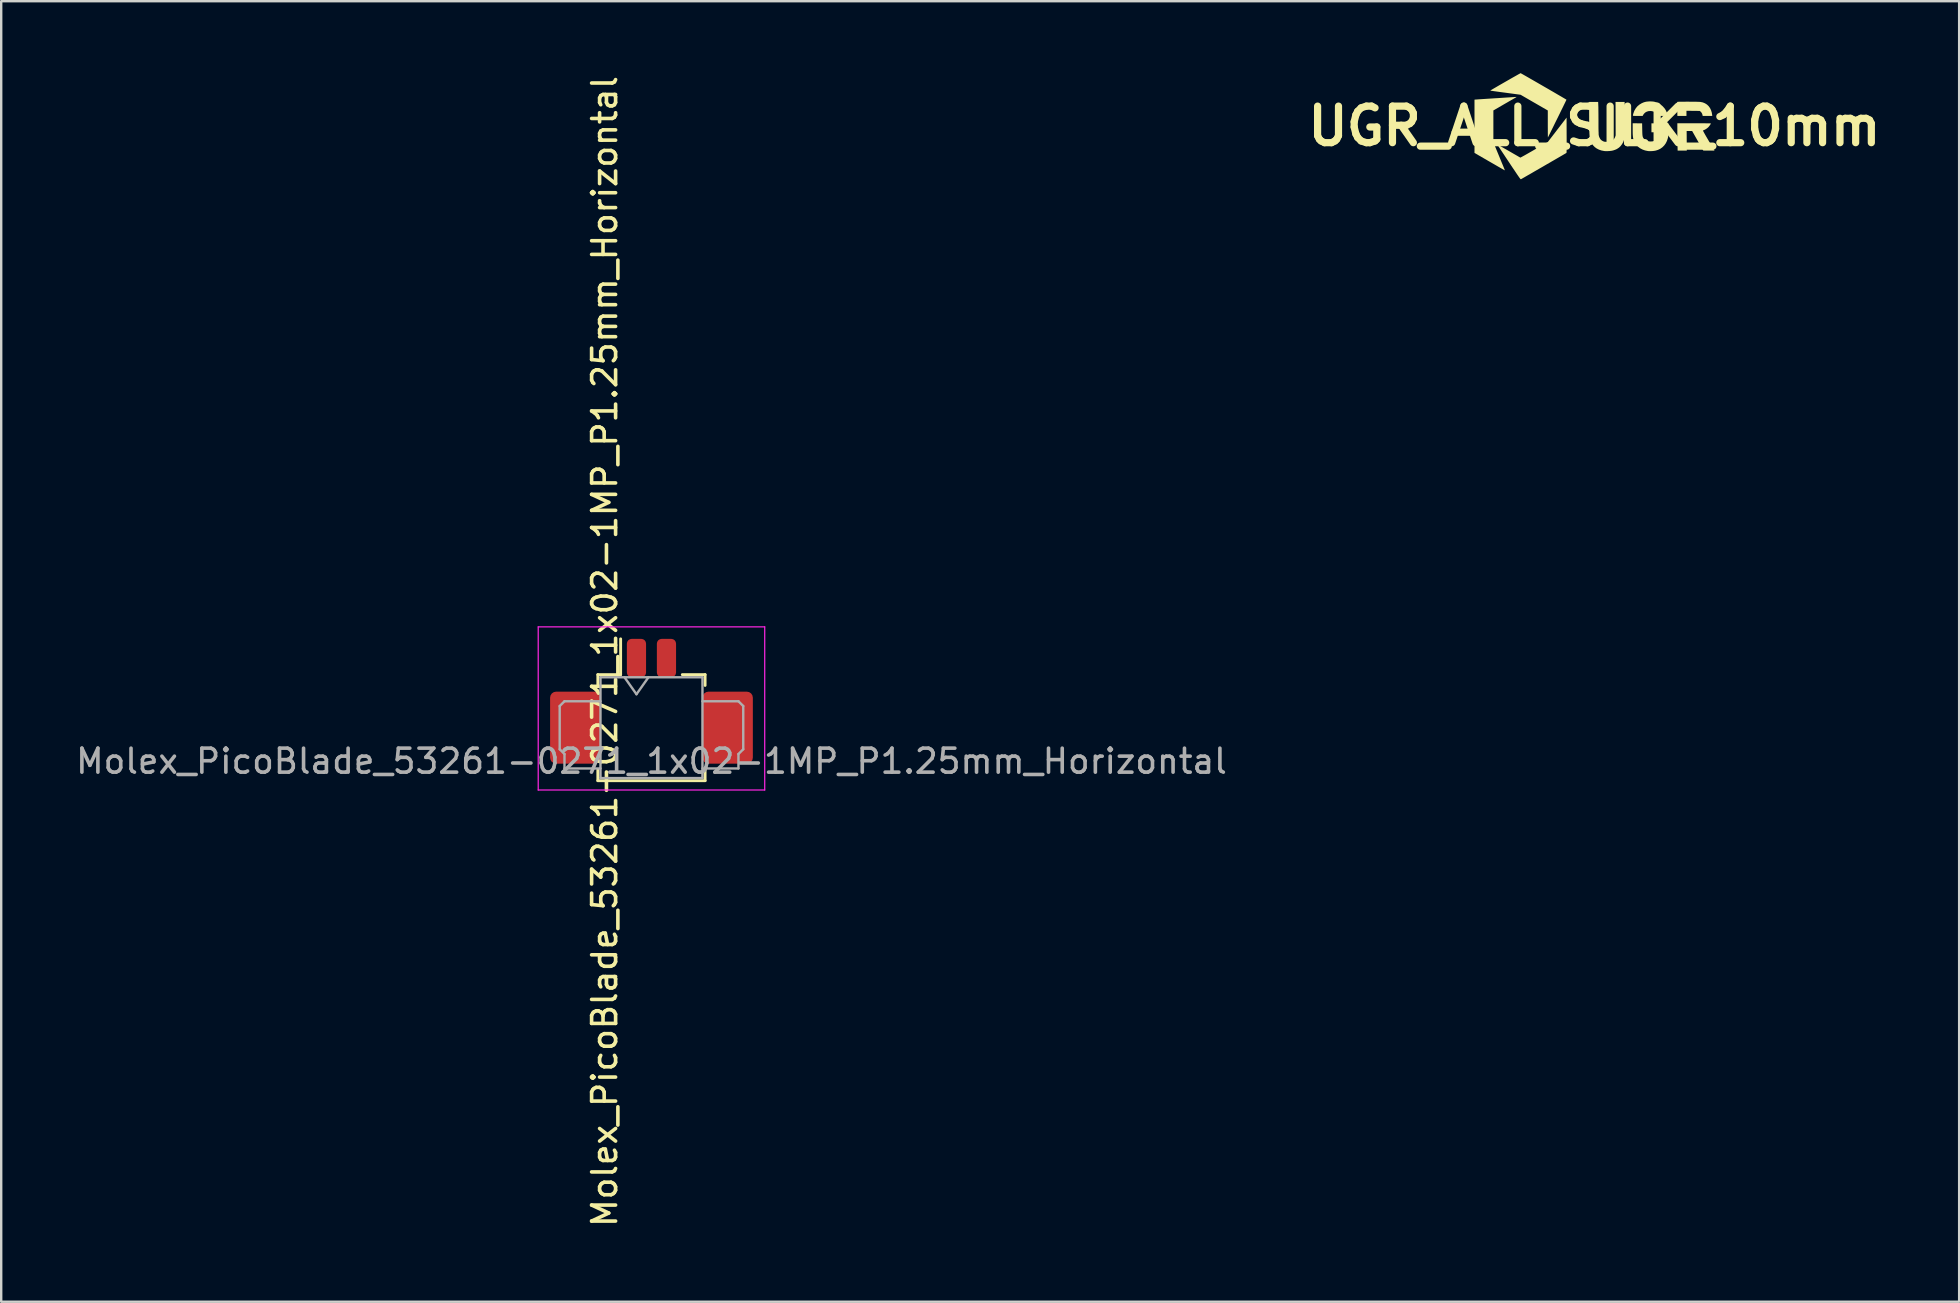
<source format=kicad_pcb>
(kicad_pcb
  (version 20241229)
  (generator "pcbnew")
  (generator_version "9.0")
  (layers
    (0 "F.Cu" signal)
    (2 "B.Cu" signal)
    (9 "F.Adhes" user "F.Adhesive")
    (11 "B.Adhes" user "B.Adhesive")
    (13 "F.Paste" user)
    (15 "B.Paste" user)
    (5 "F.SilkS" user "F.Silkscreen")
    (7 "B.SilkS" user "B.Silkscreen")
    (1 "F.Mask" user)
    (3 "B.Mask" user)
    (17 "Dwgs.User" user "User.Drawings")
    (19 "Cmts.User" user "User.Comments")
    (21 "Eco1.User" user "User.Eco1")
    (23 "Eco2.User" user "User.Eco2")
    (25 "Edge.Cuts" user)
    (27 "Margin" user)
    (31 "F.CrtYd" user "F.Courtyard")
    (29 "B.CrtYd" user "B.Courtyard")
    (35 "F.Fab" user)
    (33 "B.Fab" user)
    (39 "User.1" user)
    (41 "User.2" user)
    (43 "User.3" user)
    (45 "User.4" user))
  (footprint "Molex_PicoBlade_53261-0271_1x02-1MP_P1.25mm_Horizontal"
    (layer "F.Cu")
    (at 24.101 26.776)
    (property "Reference" "Molex_PicoBlade_53261-0271_1x02-1MP_P1.25mm_Horizontal" (at -1.95 -2.675 270) (layer "F.SilkS") (effects (font (size 1 1) (thickness 0.15))))
    (attr smd)
    (fp_line (start -2.235 -1.71) (end -1.285 -1.71) (stroke (width 0.12) (type solid)) (layer "F.SilkS"))
    (fp_line (start -2.235 -1.26) (end -2.235 -1.71) (stroke (width 0.12) (type solid)) (layer "F.SilkS"))
    (fp_line (start -2.235 2.26) (end -2.235 2.71) (stroke (width 0.12) (type solid)) (layer "F.SilkS"))
    (fp_line (start -2.235 2.71) (end 2.235 2.71) (stroke (width 0.12) (type solid)) (layer "F.SilkS"))
    (fp_line (start -1.285 -1.71) (end -1.285 -3.2) (stroke (width 0.12) (type solid)) (layer "F.SilkS"))
    (fp_line (start 2.235 -1.71) (end 1.285 -1.71) (stroke (width 0.12) (type solid)) (layer "F.SilkS"))
    (fp_line (start 2.235 -1.26) (end 2.235 -1.71) (stroke (width 0.12) (type solid)) (layer "F.SilkS"))
    (fp_line (start 2.235 2.71) (end 2.235 2.26) (stroke (width 0.12) (type solid)) (layer "F.SilkS"))
    (fp_line (start -4.72 -3.7) (end -4.72 3.1) (stroke (width 0.05) (type solid)) (layer "F.CrtYd"))
    (fp_line (start -4.72 3.1) (end 4.72 3.1) (stroke (width 0.05) (type solid)) (layer "F.CrtYd"))
    (fp_line (start 4.72 -3.7) (end -4.72 -3.7) (stroke (width 0.05) (type solid)) (layer "F.CrtYd"))
    (fp_line (start 4.72 3.1) (end 4.72 -3.7) (stroke (width 0.05) (type solid)) (layer "F.CrtYd"))
    (fp_line (start -3.825 -0.4) (end -3.825 1.4) (stroke (width 0.1) (type solid)) (layer "F.Fab"))
    (fp_line (start -3.825 1.4) (end -3.625 1.6) (stroke (width 0.1) (type solid)) (layer "F.Fab"))
    (fp_line (start -3.625 -0.6) (end -3.825 -0.4) (stroke (width 0.1) (type solid)) (layer "F.Fab"))
    (fp_line (start -3.625 1.6) (end -3.625 2.2) (stroke (width 0.1) (type solid)) (layer "F.Fab"))
    (fp_line (start -3.625 2.2) (end -2.125 2.2) (stroke (width 0.1) (type solid)) (layer "F.Fab"))
    (fp_line (start -2.125 -1.6) (end -2.125 2.6) (stroke (width 0.1) (type solid)) (layer "F.Fab"))
    (fp_line (start -2.125 -1.6) (end 2.125 -1.6) (stroke (width 0.1) (type solid)) (layer "F.Fab"))
    (fp_line (start -2.125 -0.6) (end -3.625 -0.6) (stroke (width 0.1) (type solid)) (layer "F.Fab"))
    (fp_line (start -2.125 2.6) (end 2.125 2.6) (stroke (width 0.1) (type solid)) (layer "F.Fab"))
    (fp_line (start -1.125 -1.6) (end -0.625 -0.893) (stroke (width 0.1) (type solid)) (layer "F.Fab"))
    (fp_line (start -0.625 -0.893) (end -0.125 -1.6) (stroke (width 0.1) (type solid)) (layer "F.Fab"))
    (fp_line (start 2.125 -1.6) (end 2.125 2.6) (stroke (width 0.1) (type solid)) (layer "F.Fab"))
    (fp_line (start 2.125 -0.6) (end 3.625 -0.6) (stroke (width 0.1) (type solid)) (layer "F.Fab"))
    (fp_line (start 3.625 -0.6) (end 3.825 -0.4) (stroke (width 0.1) (type solid)) (layer "F.Fab"))
    (fp_line (start 3.625 1.6) (end 3.625 2.2) (stroke (width 0.1) (type solid)) (layer "F.Fab"))
    (fp_line (start 3.625 2.2) (end 2.125 2.2) (stroke (width 0.1) (type solid)) (layer "F.Fab"))
    (fp_line (start 3.825 -0.4) (end 3.825 1.4) (stroke (width 0.1) (type solid)) (layer "F.Fab"))
    (fp_line (start 3.825 1.4) (end 3.625 1.6) (stroke (width 0.1) (type solid)) (layer "F.Fab"))
    (fp_text user "${REFERENCE}" (at 0 1.9 180) (layer "F.Fab") (effects (font (size 1 1) (thickness 0.15))))
    (pad "1" smd roundrect (at -0.625 -2.4) (size 0.8 1.6) (layers "F.Cu" "F.Mask" "F.Paste") (roundrect_rratio 0.25))
    (pad "2" smd roundrect (at 0.625 -2.4) (size 0.8 1.6) (layers "F.Cu" "F.Mask" "F.Paste") (roundrect_rratio 0.25))
    (pad "MP" smd roundrect (at -3.175 0.5) (size 2.1 3) (layers "F.Cu" "F.Mask" "F.Paste") (roundrect_rratio 0.119))
    (pad "MP" smd roundrect (at 3.175 0.5) (size 2.1 3) (layers "F.Cu" "F.Mask" "F.Paste") (roundrect_rratio 0.119)))
  (footprint "UGR_ALL_SILK_10mm"
    (layer "F.Cu")
    (at 63.402 2.207)
    (property "Reference" "UGR_ALL_SILK_10mm" (at 0 0 0) (layer "F.SilkS") (effects (font (size 1.524 1.524) (thickness 0.3))))
    (attr board_only exclude_from_pos_files exclude_from_bom)
    (fp_poly (pts (xy 3.993 -1.018) (xy 4.085 -1.018) (xy 4.17 -1.017) (xy 4.247 -1.016) (xy 4.312 -1.014) (xy 4.364 -1.012) (xy 4.401 -1.01) (xy 4.416 -1.009) (xy 4.517 -0.988) (xy 4.607 -0.951) (xy 4.688 -0.9) (xy 4.756 -0.836) (xy 4.813 -0.758) (xy 4.858 -0.667) (xy 4.889 -0.565) (xy 4.903 -0.479) (xy 4.909 -0.426) (xy 4.51 -0.426) (xy 4.504 -0.461) (xy 4.488 -0.515) (xy 4.46 -0.565) (xy 4.423 -0.605) (xy 4.423 -0.606) (xy 4.388 -0.634) (xy 4.111 -0.637) (xy 3.834 -0.64) (xy 3.834 -0.426) (xy 3.456 -0.426) (xy 3.449 -0.708) (xy 3.448 -0.779) (xy 3.447 -0.844) (xy 3.446 -0.902) (xy 3.446 -0.949) (xy 3.446 -0.983) (xy 3.447 -1.002) (xy 3.448 -1.004) (xy 3.451 -1.008) (xy 3.458 -1.01) (xy 3.471 -1.013) (xy 3.491 -1.015) (xy 3.52 -1.016) (xy 3.559 -1.017) (xy 3.61 -1.018) (xy 3.674 -1.018) (xy 3.753 -1.018) (xy 3.848 -1.019) (xy 3.896 -1.019)) (stroke (width 0) (type solid)) (fill yes) (layer "F.SilkS"))
    (fp_poly (pts (xy 2.392 -1.029) (xy 2.456 -1.023) (xy 2.515 -1.012) (xy 2.573 -0.993) (xy 2.637 -0.966) (xy 2.663 -0.954) (xy 2.759 -0.898) (xy 2.845 -0.826) (xy 2.92 -0.742) (xy 2.944 -0.708) (xy 2.974 -0.657) (xy 3.003 -0.598) (xy 3.028 -0.539) (xy 3.046 -0.484) (xy 3.051 -0.461) (xy 3.058 -0.426) (xy 2.649 -0.426) (xy 2.633 -0.456) (xy 2.591 -0.519) (xy 2.536 -0.568) (xy 2.47 -0.604) (xy 2.395 -0.625) (xy 2.328 -0.631) (xy 2.246 -0.624) (xy 2.174 -0.601) (xy 2.111 -0.564) (xy 2.061 -0.513) (xy 2.036 -0.477) (xy 2.008 -0.426) (xy 1.805 -0.426) (xy 1.738 -0.426) (xy 1.688 -0.426) (xy 1.652 -0.427) (xy 1.628 -0.429) (xy 1.613 -0.431) (xy 1.605 -0.435) (xy 1.602 -0.44) (xy 1.602 -0.442) (xy 1.605 -0.467) (xy 1.614 -0.503) (xy 1.627 -0.547) (xy 1.643 -0.591) (xy 1.658 -0.632) (xy 1.668 -0.652) (xy 1.724 -0.747) (xy 1.793 -0.83) (xy 1.876 -0.899) (xy 1.968 -0.954) (xy 2.039 -0.986) (xy 2.108 -1.008) (xy 2.179 -1.022) (xy 2.26 -1.029) (xy 2.315 -1.031)) (stroke (width 0) (type solid)) (fill yes) (layer "F.SilkS"))
    (fp_poly (pts (xy 4.265 -0.12) (xy 4.371 -0.12) (xy 4.471 -0.12) (xy 4.562 -0.119) (xy 4.643 -0.118) (xy 4.713 -0.118) (xy 4.77 -0.117) (xy 4.814 -0.116) (xy 4.841 -0.115) (xy 4.852 -0.114) (xy 4.852 -0.113) (xy 4.846 -0.096) (xy 4.831 -0.068) (xy 4.808 -0.035) (xy 4.782 0.000394) (xy 4.755 0.033) (xy 4.737 0.052) (xy 4.688 0.093) (xy 4.629 0.132) (xy 4.566 0.164) (xy 4.526 0.179) (xy 4.524 0.183) (xy 4.526 0.192) (xy 4.532 0.208) (xy 4.544 0.232) (xy 4.562 0.265) (xy 4.586 0.309) (xy 4.617 0.364) (xy 4.656 0.432) (xy 4.704 0.514) (xy 4.738 0.571) (xy 4.784 0.65) (xy 4.827 0.724) (xy 4.867 0.792) (xy 4.903 0.853) (xy 4.934 0.905) (xy 4.958 0.946) (xy 4.975 0.974) (xy 4.983 0.988) (xy 4.983 0.988) (xy 5.002 1.019) (xy 4.767 1.019) (xy 4.533 1.018) (xy 4.302 0.611) (xy 4.072 0.204) (xy 3.842 0.204) (xy 3.848 1.019) (xy 3.657 1.019) (xy 3.466 1.019) (xy 3.46 0.684) (xy 3.459 0.593) (xy 3.457 0.497) (xy 3.456 0.399) (xy 3.455 0.304) (xy 3.454 0.216) (xy 3.454 0.141) (xy 3.454 0.114) (xy 3.454 -0.12) (xy 4.153 -0.12)) (stroke (width 0) (type solid)) (fill yes) (layer "F.SilkS"))
    (fp_poly (pts (xy 1.789 -0.118) (xy 1.986 -0.116) (xy 1.991 0.144) (xy 1.993 0.228) (xy 1.995 0.297) (xy 1.998 0.352) (xy 2.003 0.395) (xy 2.009 0.43) (xy 2.017 0.457) (xy 2.028 0.48) (xy 2.042 0.502) (xy 2.059 0.523) (xy 2.067 0.532) (xy 2.12 0.58) (xy 2.185 0.614) (xy 2.261 0.634) (xy 2.347 0.64) (xy 2.43 0.633) (xy 2.502 0.612) (xy 2.562 0.576) (xy 2.61 0.526) (xy 2.646 0.462) (xy 2.671 0.383) (xy 2.681 0.317) (xy 2.687 0.26) (xy 2.375 0.255) (xy 2.375 -0.116) (xy 3.079 -0.116) (xy 3.078 0.153) (xy 3.078 0.232) (xy 3.078 0.296) (xy 3.077 0.346) (xy 3.075 0.386) (xy 3.073 0.418) (xy 3.07 0.445) (xy 3.065 0.47) (xy 3.06 0.495) (xy 3.057 0.505) (xy 3.021 0.616) (xy 2.971 0.717) (xy 2.907 0.805) (xy 2.831 0.881) (xy 2.744 0.943) (xy 2.646 0.99) (xy 2.556 1.018) (xy 2.494 1.03) (xy 2.423 1.038) (xy 2.349 1.042) (xy 2.28 1.042) (xy 2.225 1.037) (xy 2.108 1.013) (xy 2 0.974) (xy 1.902 0.922) (xy 1.816 0.857) (xy 1.743 0.78) (xy 1.684 0.693) (xy 1.643 0.605) (xy 1.629 0.564) (xy 1.617 0.522) (xy 1.608 0.477) (xy 1.602 0.426) (xy 1.597 0.366) (xy 1.594 0.295) (xy 1.593 0.21) (xy 1.593 0.133) (xy 1.593 -0.121)) (stroke (width 0) (type solid)) (fill yes) (layer "F.SilkS"))
    (fp_poly (pts (xy -3.251 -1.215) (xy -3.25 -1.215) (xy -3.258 -1.208) (xy -3.279 -1.194) (xy -3.31 -1.176) (xy -3.347 -1.154) (xy -3.35 -1.152) (xy -3.379 -1.136) (xy -3.421 -1.112) (xy -3.476 -1.08) (xy -3.54 -1.044) (xy -3.611 -1.002) (xy -3.688 -0.958) (xy -3.768 -0.912) (xy -3.831 -0.875) (xy -4.213 -0.654) (xy -4.213 0.673) (xy -3.99 1.214) (xy -3.941 1.333) (xy -3.899 1.436) (xy -3.863 1.524) (xy -3.832 1.598) (xy -3.806 1.66) (xy -3.786 1.71) (xy -3.769 1.751) (xy -3.757 1.782) (xy -3.748 1.805) (xy -3.742 1.822) (xy -3.738 1.832) (xy -3.736 1.839) (xy -3.736 1.842) (xy -3.737 1.842) (xy -3.738 1.842) (xy -3.739 1.842) (xy -3.748 1.837) (xy -3.771 1.824) (xy -3.809 1.803) (xy -3.858 1.775) (xy -3.919 1.74) (xy -3.99 1.7) (xy -4.069 1.654) (xy -4.155 1.604) (xy -4.248 1.551) (xy -4.346 1.494) (xy -4.373 1.479) (xy -5 1.116) (xy -5 -1.102) (xy -4.98 -1.106) (xy -4.967 -1.107) (xy -4.938 -1.109) (xy -4.893 -1.112) (xy -4.834 -1.117) (xy -4.761 -1.121) (xy -4.677 -1.127) (xy -4.582 -1.133) (xy -4.479 -1.14) (xy -4.367 -1.147) (xy -4.25 -1.154) (xy -4.135 -1.162) (xy -4.012 -1.169) (xy -3.894 -1.177) (xy -3.783 -1.184) (xy -3.679 -1.191) (xy -3.584 -1.197) (xy -3.5 -1.202) (xy -3.427 -1.207) (xy -3.367 -1.211) (xy -3.322 -1.214) (xy -3.292 -1.216) (xy -3.28 -1.217) (xy -3.26 -1.218)) (stroke (width 0) (type solid)) (fill yes) (layer "F.SilkS"))
    (fp_poly (pts (xy -3.069 -2.203) (xy -3.044 -2.189) (xy -3.006 -2.168) (xy -2.956 -2.14) (xy -2.895 -2.105) (xy -2.823 -2.064) (xy -2.743 -2.018) (xy -2.656 -1.968) (xy -2.562 -1.914) (xy -2.463 -1.857) (xy -2.36 -1.798) (xy -2.255 -1.737) (xy -2.148 -1.675) (xy -2.041 -1.613) (xy -1.934 -1.552) (xy -1.83 -1.491) (xy -1.729 -1.433) (xy -1.633 -1.377) (xy -1.543 -1.324) (xy -1.459 -1.275) (xy -1.383 -1.231) (xy -1.317 -1.192) (xy -1.261 -1.159) (xy -1.217 -1.133) (xy -1.186 -1.114) (xy -1.17 -1.103) (xy -1.167 -1.101) (xy -1.171 -1.092) (xy -1.182 -1.068) (xy -1.201 -1.03) (xy -1.225 -0.979) (xy -1.255 -0.918) (xy -1.29 -0.847) (xy -1.328 -0.768) (xy -1.371 -0.682) (xy -1.415 -0.591) (xy -1.462 -0.495) (xy -1.51 -0.397) (xy -1.559 -0.298) (xy -1.608 -0.2) (xy -1.656 -0.102) (xy -1.702 -0.008) (xy -1.746 0.081) (xy -1.788 0.165) (xy -1.826 0.242) (xy -1.859 0.31) (xy -1.888 0.368) (xy -1.911 0.414) (xy -1.928 0.448) (xy -1.938 0.467) (xy -1.941 0.471) (xy -1.941 0.463) (xy -1.942 0.438) (xy -1.943 0.397) (xy -1.943 0.343) (xy -1.944 0.276) (xy -1.944 0.199) (xy -1.944 0.113) (xy -1.945 0.019) (xy -1.945 -0.081) (xy -1.945 -0.089) (xy -1.945 -0.653) (xy -2.512 -0.98) (xy -3.079 -1.308) (xy -3.711 -1.393) (xy -3.817 -1.407) (xy -3.917 -1.42) (xy -4.01 -1.433) (xy -4.095 -1.445) (xy -4.17 -1.455) (xy -4.233 -1.464) (xy -4.283 -1.472) (xy -4.319 -1.477) (xy -4.339 -1.481) (xy -4.343 -1.482) (xy -4.335 -1.487) (xy -4.312 -1.501) (xy -4.277 -1.522) (xy -4.23 -1.55) (xy -4.172 -1.584) (xy -4.106 -1.622) (xy -4.033 -1.665) (xy -3.954 -1.711) (xy -3.87 -1.759) (xy -3.785 -1.808) (xy -3.697 -1.858) (xy -3.61 -1.908) (xy -3.525 -1.957) (xy -3.443 -2.004) (xy -3.365 -2.048) (xy -3.294 -2.088) (xy -3.23 -2.124) (xy -3.176 -2.155) (xy -3.132 -2.179) (xy -3.1 -2.196) (xy -3.082 -2.206) (xy -3.078 -2.207)) (stroke (width 0) (type solid)) (fill yes) (layer "F.SilkS"))
    (fp_poly (pts (xy -1.16 0.375) (xy -1.159 0.514) (xy -1.159 0.636) (xy -1.159 0.741) (xy -1.159 0.831) (xy -1.16 0.906) (xy -1.16 0.968) (xy -1.161 1.018) (xy -1.162 1.056) (xy -1.164 1.084) (xy -1.165 1.103) (xy -1.167 1.113) (xy -1.169 1.116) (xy -1.178 1.122) (xy -1.202 1.136) (xy -1.239 1.158) (xy -1.289 1.187) (xy -1.35 1.223) (xy -1.421 1.264) (xy -1.5 1.31) (xy -1.588 1.361) (xy -1.681 1.415) (xy -1.78 1.472) (xy -1.882 1.532) (xy -1.988 1.592) (xy -2.094 1.654) (xy -2.201 1.716) (xy -2.307 1.777) (xy -2.411 1.837) (xy -2.512 1.895) (xy -2.607 1.951) (xy -2.697 2.003) (xy -2.78 2.05) (xy -2.855 2.093) (xy -2.92 2.131) (xy -2.975 2.162) (xy -3.018 2.187) (xy -3.047 2.203) (xy -3.062 2.212) (xy -3.063 2.212) (xy -3.066 2.213) (xy -3.071 2.213) (xy -3.076 2.21) (xy -3.084 2.203) (xy -3.094 2.192) (xy -3.107 2.176) (xy -3.124 2.153) (xy -3.146 2.123) (xy -3.172 2.085) (xy -3.204 2.039) (xy -3.243 1.982) (xy -3.288 1.914) (xy -3.341 1.835) (xy -3.403 1.744) (xy -3.473 1.639) (xy -3.552 1.519) (xy -3.569 1.494) (xy -3.639 1.389) (xy -3.706 1.289) (xy -3.768 1.194) (xy -3.827 1.106) (xy -3.88 1.026) (xy -3.927 0.954) (xy -3.968 0.892) (xy -4.002 0.841) (xy -4.027 0.801) (xy -4.044 0.775) (xy -4.052 0.762) (xy -4.052 0.762) (xy -4.044 0.765) (xy -4.021 0.778) (xy -3.984 0.798) (xy -3.936 0.825) (xy -3.878 0.858) (xy -3.811 0.897) (xy -3.736 0.94) (xy -3.655 0.986) (xy -3.575 1.032) (xy -3.489 1.082) (xy -3.408 1.129) (xy -3.333 1.172) (xy -3.265 1.211) (xy -3.206 1.245) (xy -3.158 1.273) (xy -3.121 1.294) (xy -3.098 1.307) (xy -3.089 1.311) (xy -3.079 1.307) (xy -3.055 1.295) (xy -3.017 1.275) (xy -2.967 1.247) (xy -2.906 1.214) (xy -2.836 1.174) (xy -2.758 1.13) (xy -2.673 1.081) (xy -2.582 1.029) (xy -2.511 0.988) (xy -1.944 0.661) (xy -1.162 -0.356)) (stroke (width 0) (type solid)) (fill yes) (layer "F.SilkS"))
    (fp_poly (pts (xy 0.161 -0.836) (xy 0.162 -0.791) (xy 0.163 -0.731) (xy 0.164 -0.658) (xy 0.165 -0.574) (xy 0.166 -0.482) (xy 0.166 -0.384) (xy 0.167 -0.284) (xy 0.167 -0.184) (xy 0.167 -0.176) (xy 0.167 -0.071) (xy 0.167 0.027) (xy 0.168 0.117) (xy 0.17 0.195) (xy 0.171 0.262) (xy 0.173 0.314) (xy 0.174 0.352) (xy 0.176 0.37) (xy 0.19 0.429) (xy 0.213 0.485) (xy 0.242 0.536) (xy 0.273 0.573) (xy 0.275 0.575) (xy 0.304 0.596) (xy 0.339 0.618) (xy 0.361 0.629) (xy 0.384 0.639) (xy 0.405 0.646) (xy 0.428 0.65) (xy 0.459 0.652) (xy 0.501 0.653) (xy 0.532 0.653) (xy 0.583 0.653) (xy 0.619 0.651) (xy 0.646 0.649) (xy 0.667 0.643) (xy 0.688 0.635) (xy 0.706 0.627) (xy 0.767 0.587) (xy 0.817 0.533) (xy 0.854 0.469) (xy 0.862 0.447) (xy 0.883 0.384) (xy 0.881 -0.313) (xy 0.878 -1.009) (xy 1.257 -1.009) (xy 1.264 -0.674) (xy 1.265 -0.585) (xy 1.266 -0.483) (xy 1.267 -0.371) (xy 1.268 -0.255) (xy 1.268 -0.139) (xy 1.267 -0.029) (xy 1.267 0.065) (xy 1.266 0.163) (xy 1.265 0.244) (xy 1.264 0.31) (xy 1.263 0.364) (xy 1.261 0.407) (xy 1.259 0.441) (xy 1.257 0.469) (xy 1.254 0.491) (xy 1.25 0.51) (xy 1.246 0.529) (xy 1.243 0.542) (xy 1.205 0.648) (xy 1.155 0.743) (xy 1.093 0.826) (xy 1.021 0.896) (xy 0.938 0.951) (xy 0.917 0.961) (xy 0.87 0.982) (xy 0.816 1.001) (xy 0.767 1.016) (xy 0.759 1.018) (xy 0.7 1.029) (xy 0.628 1.037) (xy 0.553 1.041) (xy 0.481 1.042) (xy 0.417 1.039) (xy 0.406 1.037) (xy 0.293 1.015) (xy 0.188 0.98) (xy 0.094 0.932) (xy 0.012 0.873) (xy -0.053 0.806) (xy -0.093 0.749) (xy -0.13 0.68) (xy -0.163 0.605) (xy -0.186 0.532) (xy -0.192 0.503) (xy -0.198 0.465) (xy -0.203 0.418) (xy -0.207 0.36) (xy -0.211 0.29) (xy -0.214 0.209) (xy -0.216 0.114) (xy -0.218 0.004) (xy -0.22 -0.12) (xy -0.221 -0.261) (xy -0.221 -0.419) (xy -0.222 -0.507) (xy -0.222 -1.009) (xy 0.154 -1.009)) (stroke (width 0) (type solid)) (fill yes) (layer "F.SilkS")))
  (gr_rect
    (start -3 -3)
    (end 78.601 51.202)
    (stroke (width 0.1) (type default))
    (fill no)
    (layer "Edge.Cuts")))
</source>
